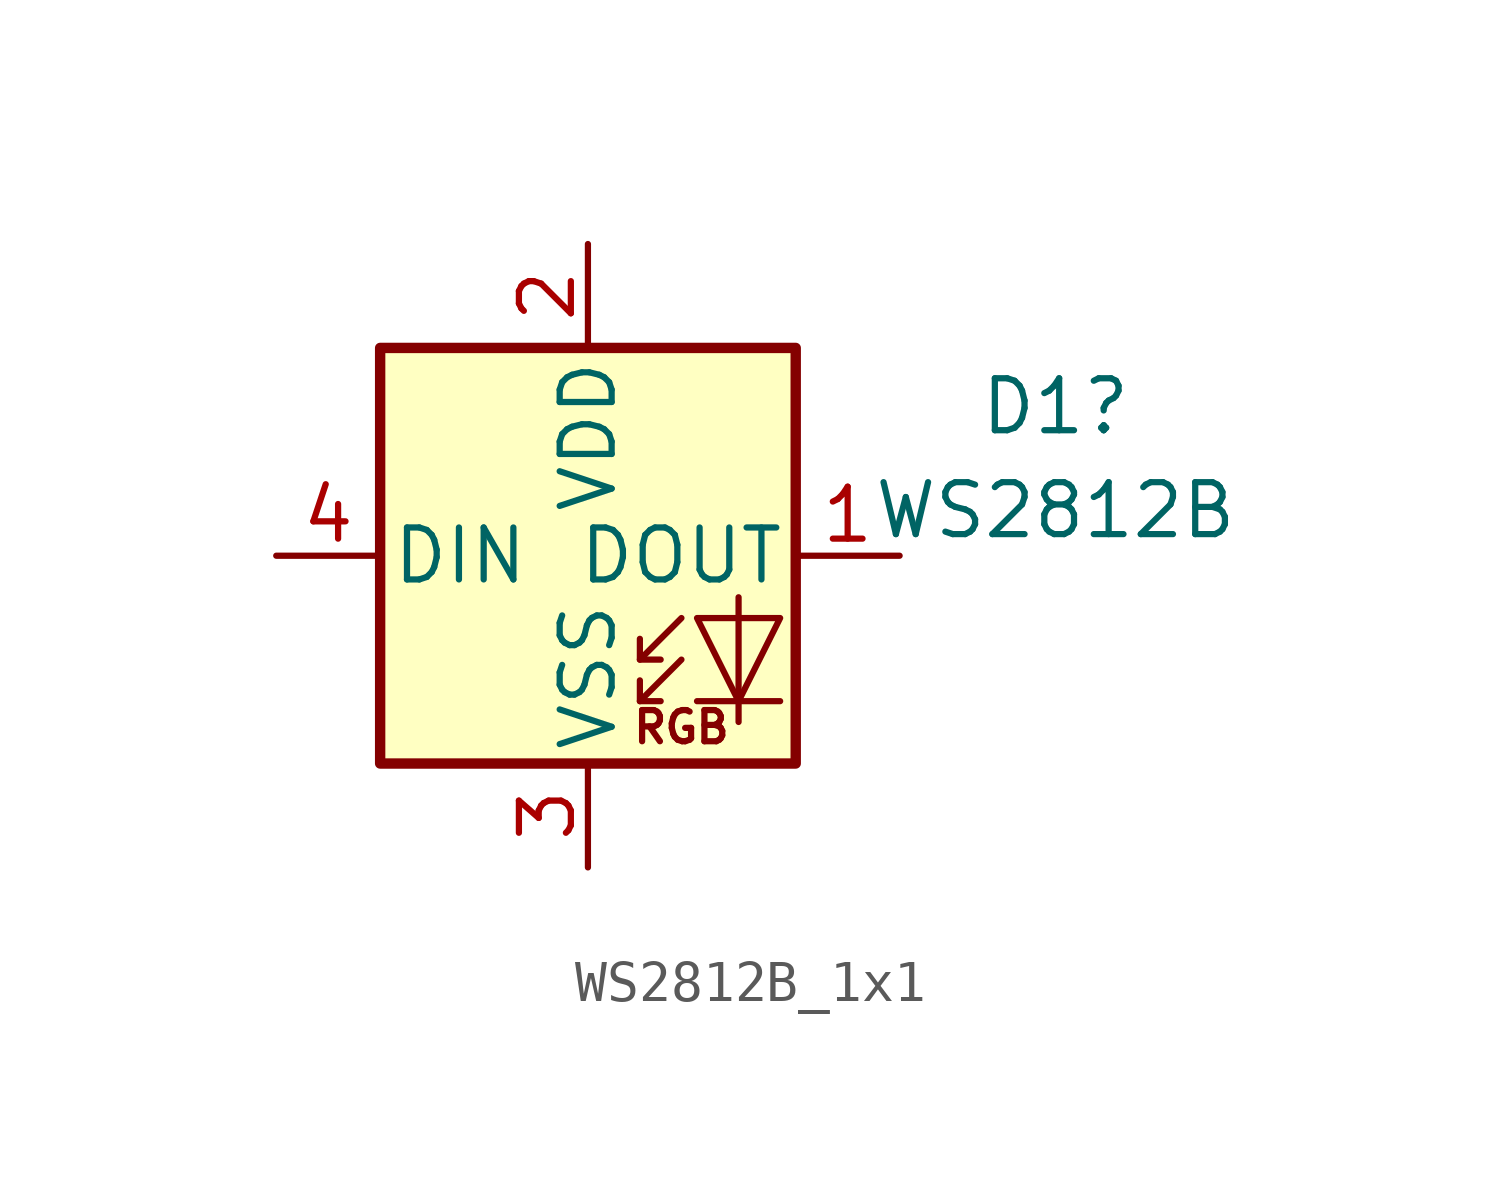
<source format=kicad_sym>
(kicad_symbol_lib
  (version 20220914)
  (generator kicad_symbol_editor)
  (symbol "WS2812B_1x1"
    (pin_names
      (offset 0.254))
    (property "Reference" "D1"
      (at 11.43 3.648 0)
      (effects (font (size 1.27 1.27))))
    (property "Value" "WS2812B"
      (at 11.43 1.108 0)
      (effects (font (size 1.27 1.27))))
    (symbol "WS2812B_1x1_0_0"
      (text "RGB" (at 2.286 -4.191 0) (effects (font (size 0.762 0.762)))))
    (symbol "WS2812B_1x1_0_1"
      (polyline (pts (xy 1.27 -3.556) (xy 1.778 -3.556)) (stroke (width 0) (type default)) (fill (type none)))
      (polyline (pts (xy 1.27 -2.54) (xy 1.778 -2.54)) (stroke (width 0) (type default)) (fill (type none)))
      (polyline (pts (xy 4.699 -3.556) (xy 2.667 -3.556)) (stroke (width 0) (type default)) (fill (type none)))
      (polyline (pts (xy 2.286 -2.54) (xy 1.27 -3.556) (xy 1.27 -3.048)) (stroke (width 0) (type default)) (fill (type none)))
      (polyline (pts (xy 2.286 -1.524) (xy 1.27 -2.54) (xy 1.27 -2.032)) (stroke (width 0) (type default)) (fill (type none)))
      (polyline (pts (xy 3.683 -1.016) (xy 3.683 -3.556) (xy 3.683 -4.064)) (stroke (width 0) (type default)) (fill (type none)))
      (polyline (pts (xy 4.699 -1.524) (xy 2.667 -1.524) (xy 3.683 -3.556) (xy 4.699 -1.524)) (stroke (width 0) (type default)) (fill (type none)))
      (rectangle (start 5.08 5.08) (end -5.08 -5.08) (stroke (width 0.254) (type default)) (fill (type background))))
    (symbol "WS2812B_1x1_1_1"
      (pin output line (at 7.62 0 180) (length 2.54) (name "DOUT" (effects (font (size 1.27 1.27)))) (number "1" (effects (font (size 1.27 1.27)))))
      (pin power_in line (at 0 7.62 270) (length 2.54) (name "VDD" (effects (font (size 1.27 1.27)))) (number "2" (effects (font (size 1.27 1.27)))))
      (pin power_in line (at 0 -7.62 90) (length 2.54) (name "VSS" (effects (font (size 1.27 1.27)))) (number "3" (effects (font (size 1.27 1.27)))))
      (pin input line (at -7.62 0 0) (length 2.54) (name "DIN" (effects (font (size 1.27 1.27)))) (number "4" (effects (font (size 1.27 1.27))))))))
</source>
